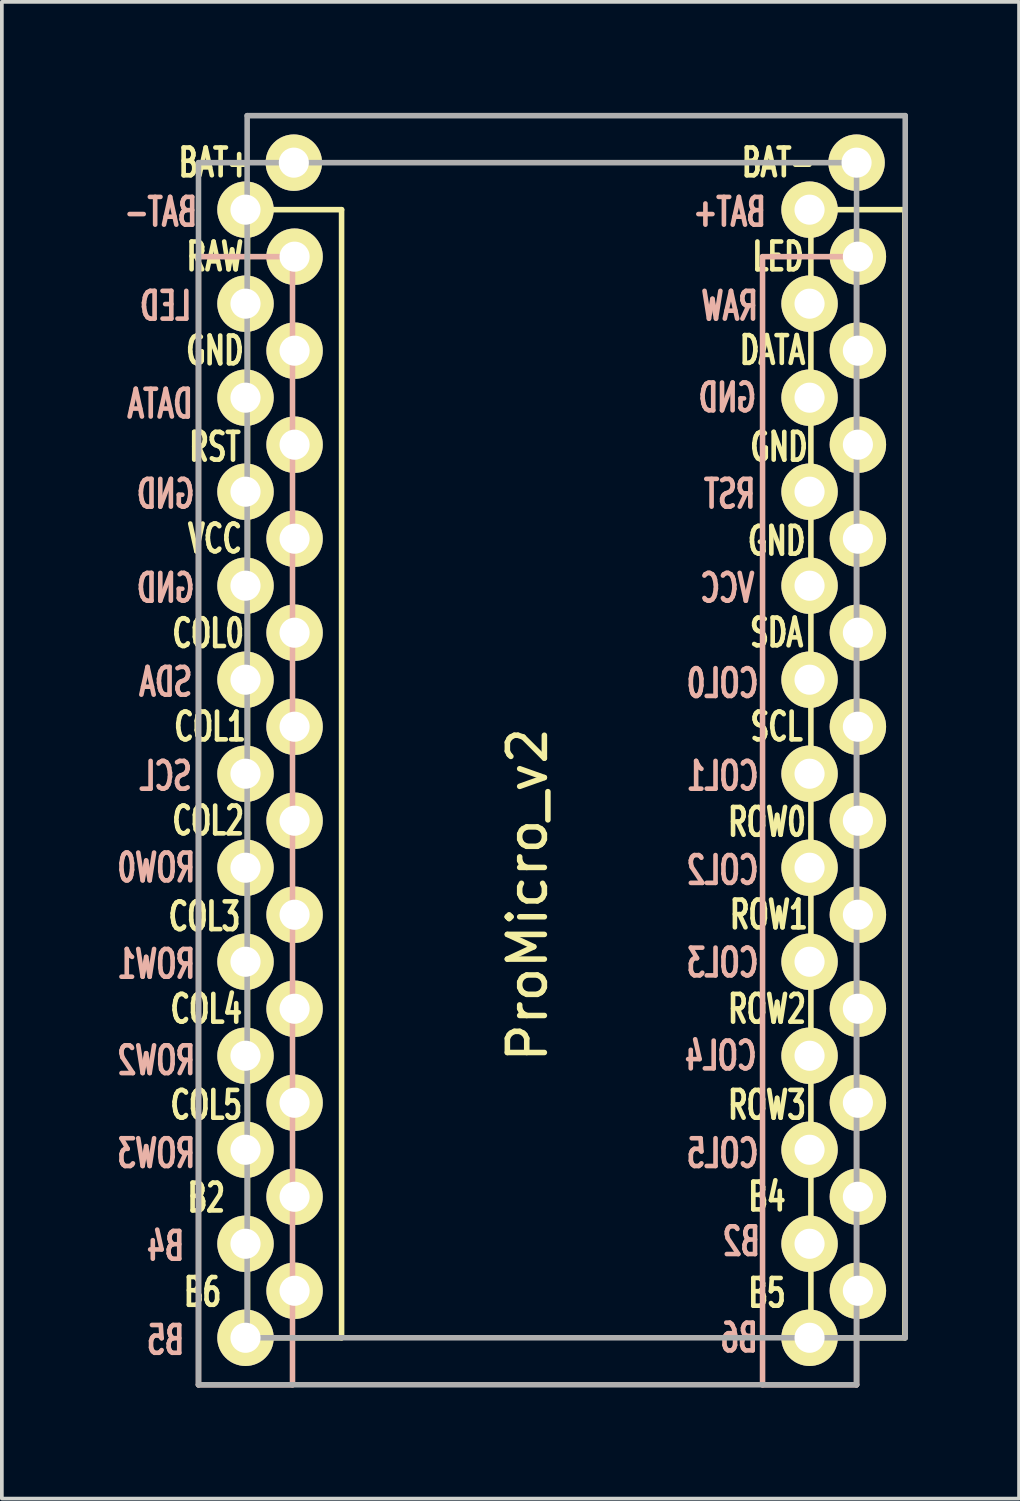
<source format=kicad_pcb>
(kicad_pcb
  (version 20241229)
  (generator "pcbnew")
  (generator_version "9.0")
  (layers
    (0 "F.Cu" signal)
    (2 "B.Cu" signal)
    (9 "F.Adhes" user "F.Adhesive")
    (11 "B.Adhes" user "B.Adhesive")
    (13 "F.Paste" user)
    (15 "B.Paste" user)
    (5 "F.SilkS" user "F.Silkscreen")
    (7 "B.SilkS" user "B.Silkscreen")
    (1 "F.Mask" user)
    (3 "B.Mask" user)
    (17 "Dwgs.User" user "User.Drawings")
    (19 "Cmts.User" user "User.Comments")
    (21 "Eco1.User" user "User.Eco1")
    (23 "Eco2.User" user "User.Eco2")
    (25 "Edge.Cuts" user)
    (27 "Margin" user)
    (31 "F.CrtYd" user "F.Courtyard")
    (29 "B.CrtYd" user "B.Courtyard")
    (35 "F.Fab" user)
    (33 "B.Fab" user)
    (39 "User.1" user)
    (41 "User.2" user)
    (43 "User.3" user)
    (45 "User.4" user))
  (footprint "ProMicro_v2"
    (layer "F.Cu")
    (at 12.473 18.363)
    (property "Reference" "ProMicro_v2" (at -1.27 2.762 270) (layer "F.SilkS") (effects (font (size 1 1) (thickness 0.15))))
    (attr through_hole)
    (fp_line (start -8.834 -15.748) (end -6.294 -15.748) (stroke (width 0.15) (type solid)) (layer "F.SilkS"))
    (fp_line (start -8.834 14.732) (end -8.834 -15.748) (stroke (width 0.15) (type solid)) (layer "F.SilkS"))
    (fp_line (start -6.294 -15.748) (end -6.294 14.732) (stroke (width 0.15) (type solid)) (layer "F.SilkS"))
    (fp_line (start -6.294 14.732) (end -8.834 14.732) (stroke (width 0.15) (type solid)) (layer "F.SilkS"))
    (fp_line (start 6.35 -15.748) (end 8.89 -15.748) (stroke (width 0.15) (type solid)) (layer "F.SilkS"))
    (fp_line (start 6.386 14.732) (end 6.386 -15.748) (stroke (width 0.15) (type solid)) (layer "F.SilkS"))
    (fp_line (start 8.926 -15.748) (end 8.926 14.732) (stroke (width 0.15) (type solid)) (layer "F.SilkS"))
    (fp_line (start 8.926 14.732) (end 6.386 14.732) (stroke (width 0.15) (type solid)) (layer "F.SilkS"))
    (fp_line (start -10.16 -14.478) (end -7.62 -14.478) (stroke (width 0.15) (type solid)) (layer "B.SilkS"))
    (fp_line (start -10.16 16.002) (end -10.16 -14.478) (stroke (width 0.15) (type solid)) (layer "B.SilkS"))
    (fp_line (start -7.62 -14.478) (end -7.62 16.002) (stroke (width 0.15) (type solid)) (layer "B.SilkS"))
    (fp_line (start -7.62 16.002) (end -10.16 16.002) (stroke (width 0.15) (type solid)) (layer "B.SilkS"))
    (fp_line (start 5.08 -14.478) (end 7.62 -14.478) (stroke (width 0.15) (type solid)) (layer "B.SilkS"))
    (fp_line (start 5.08 16.002) (end 5.08 -14.478) (stroke (width 0.15) (type solid)) (layer "B.SilkS"))
    (fp_line (start 7.62 -14.478) (end 7.62 16.002) (stroke (width 0.15) (type solid)) (layer "B.SilkS"))
    (fp_line (start 7.62 16.002) (end 5.08 16.002) (stroke (width 0.15) (type solid)) (layer "B.SilkS"))
    (fp_line (start -10.16 -17.018) (end 7.62 -17.018) (stroke (width 0.15) (type solid)) (layer "F.Fab"))
    (fp_line (start -10.16 16.002) (end -10.16 -17.018) (stroke (width 0.15) (type solid)) (layer "F.Fab"))
    (fp_line (start -8.845 -18.288) (end 8.935 -18.288) (stroke (width 0.15) (type solid)) (layer "F.Fab"))
    (fp_line (start -8.845 14.732) (end -8.845 -18.288) (stroke (width 0.15) (type solid)) (layer "F.Fab"))
    (fp_line (start 7.62 -17.018) (end 7.62 16.002) (stroke (width 0.15) (type solid)) (layer "F.Fab"))
    (fp_line (start 7.62 16.002) (end -10.16 16.002) (stroke (width 0.15) (type solid)) (layer "F.Fab"))
    (fp_line (start 8.935 -18.288) (end 8.935 14.732) (stroke (width 0.15) (type solid)) (layer "F.Fab"))
    (fp_line (start 8.935 14.732) (end -8.845 14.732) (stroke (width 0.15) (type solid)) (layer "F.Fab"))
    (fp_text user "" (at -0.5 -17.25 0) (layer "F.SilkS") (effects (font (size 1 1) (thickness 0.15))))
    (fp_text user "ROW3" (at 5.2 8.445 0) (layer "F.SilkS") (effects (font (size 0.75 0.5) (thickness 0.125))))
    (fp_text user "ROW2" (at 5.2 5.85 0) (layer "F.SilkS") (effects (font (size 0.75 0.5) (thickness 0.125))))
    (fp_text user "SCL" (at 5.461 -1.778 0) (layer "F.SilkS") (effects (font (size 0.75 0.5) (thickness 0.125))))
    (fp_text user "COL4" (at -9.95 5.85 0) (layer "F.SilkS") (effects (font (size 0.75 0.5) (thickness 0.125))))
    (fp_text user "LED" (at 5.5 -14.478 0) (layer "F.SilkS") (effects (font (size 0.75 0.5) (thickness 0.125))))
    (fp_text user "RAW" (at -9.716 -14.478 0) (layer "F.SilkS") (effects (font (size 0.75 0.5) (thickness 0.125))))
    (fp_text user "GND" (at 5.524 -9.335 0) (layer "F.SilkS") (effects (font (size 0.75 0.5) (thickness 0.125))))
    (fp_text user "COL0" (at -9.9 -4.3 0) (layer "F.SilkS") (effects (font (size 0.75 0.5) (thickness 0.125))))
    (fp_text user "RST" (at -9.716 -9.335 0) (layer "F.SilkS") (effects (font (size 0.75 0.5) (thickness 0.125))))
    (fp_text user "VCC" (at -9.716 -6.858 0) (layer "F.SilkS") (effects (font (size 0.75 0.5) (thickness 0.125))))
    (fp_text user "ROW1" (at 5.25 3.302 0) (layer "F.SilkS") (effects (font (size 0.75 0.5) (thickness 0.125))))
    (fp_text user "COL1" (at -9.85 -1.778 0) (layer "F.SilkS") (effects (font (size 0.75 0.5) (thickness 0.125))))
    (fp_text user "B4" (at 5.2 10.922 0) (layer "F.SilkS") (effects (font (size 0.75 0.5) (thickness 0.125))))
    (fp_text user "ROW0" (at 5.2 0.8 0) (layer "F.SilkS") (effects (font (size 0.75 0.5) (thickness 0.125))))
    (fp_text user "SDA" (at 5.461 -4.318 0) (layer "F.SilkS") (effects (font (size 0.75 0.5) (thickness 0.125))))
    (fp_text user "B6" (at -10.05 13.5 0) (layer "F.SilkS") (effects (font (size 0.75 0.5) (thickness 0.125))))
    (fp_text user "COL5" (at -9.95 8.445 0) (layer "F.SilkS") (effects (font (size 0.75 0.5) (thickness 0.125))))
    (fp_text user "COL3" (at -10 3.35 0) (layer "F.SilkS") (effects (font (size 0.75 0.5) (thickness 0.125))))
    (fp_text user "COL2" (at -9.9 0.762 0) (layer "F.SilkS") (effects (font (size 0.75 0.5) (thickness 0.125))))
    (fp_text user "BAT-" (at 5.5 -17.018 0) (layer "F.SilkS") (effects (font (size 0.75 0.5) (thickness 0.125))))
    (fp_text user "B5" (at 5.2 13.525 0) (layer "F.SilkS") (effects (font (size 0.75 0.5) (thickness 0.125))))
    (fp_text user "GND" (at -9.716 -11.938 0) (layer "F.SilkS") (effects (font (size 0.75 0.5) (thickness 0.125))))
    (fp_text user "B2" (at -9.95 10.95 0) (layer "F.SilkS") (effects (font (size 0.75 0.5) (thickness 0.125))))
    (fp_text user "GND" (at 5.461 -6.795 0) (layer "F.SilkS") (effects (font (size 0.75 0.5) (thickness 0.125))))
    (fp_text user "DATA" (at 5.35 -11.95 0) (layer "F.SilkS") (effects (font (size 0.75 0.5) (thickness 0.125))))
    (fp_text user "BAT+" (at -9.716 -17.018 0) (layer "F.SilkS") (effects (font (size 0.75 0.5) (thickness 0.125))))
    (fp_text user "DATA" (at -11.2 -10.5 0) (layer "B.SilkS") (effects (font (size 0.75 0.5) (thickness 0.125)) (justify mirror)))
    (fp_text user "COL0" (at 4 -2.95 0) (layer "B.SilkS") (effects (font (size 0.75 0.5) (thickness 0.125)) (justify mirror)))
    (fp_text user "COL3" (at 4 4.6 0) (layer "B.SilkS") (effects (font (size 0.75 0.5) (thickness 0.125)) (justify mirror)))
    (fp_text user "SDA" (at -11.049 -2.985 0) (layer "B.SilkS") (effects (font (size 0.75 0.5) (thickness 0.125)) (justify mirror)))
    (fp_text user "COL4" (at 3.95 7.112 0) (layer "B.SilkS") (effects (font (size 0.75 0.5) (thickness 0.125)) (justify mirror)))
    (fp_text user "LED" (at -11.049 -13.145 0) (layer "B.SilkS") (effects (font (size 0.75 0.5) (thickness 0.125)) (justify mirror)))
    (fp_text user "SCL" (at -11.049 -0.445 0) (layer "B.SilkS") (effects (font (size 0.75 0.5) (thickness 0.125)) (justify mirror)))
    (fp_text user "GND" (at -11.049 -5.524 0) (layer "B.SilkS") (effects (font (size 0.75 0.5) (thickness 0.125)) (justify mirror)))
    (fp_text user "ROW2" (at -11.3 7.239 0) (layer "B.SilkS") (effects (font (size 0.75 0.5) (thickness 0.125)) (justify mirror)))
    (fp_text user "BAT-" (at -11.176 -15.684 0) (layer "B.SilkS") (effects (font (size 0.75 0.5) (thickness 0.125)) (justify mirror)))
    (fp_text user "BAT+" (at 4.191 -15.684 0) (layer "B.SilkS") (effects (font (size 0.75 0.5) (thickness 0.125)) (justify mirror)))
    (fp_text user "ROW1" (at -11.3 4.636 0) (layer "B.SilkS") (effects (font (size 0.75 0.5) (thickness 0.125)) (justify mirror)))
    (fp_text user "" (at -1.206 -16.256 0) (layer "B.SilkS") (effects (font (size 1 1) (thickness 0.15)) (justify mirror)))
    (fp_text user "B4" (at -11.049 12.255 0) (layer "B.SilkS") (effects (font (size 0.75 0.5) (thickness 0.125)) (justify mirror)))
    (fp_text user "COL1" (at 4 -0.445 0) (layer "B.SilkS") (effects (font (size 0.75 0.5) (thickness 0.125)) (justify mirror)))
    (fp_text user "GND" (at -11.049 -8.065 0) (layer "B.SilkS") (effects (font (size 0.75 0.5) (thickness 0.125)) (justify mirror)))
    (fp_text user "ROW3" (at -11.3 9.75 0) (layer "B.SilkS") (effects (font (size 0.75 0.5) (thickness 0.125)) (justify mirror)))
    (fp_text user "B5" (at -11.049 14.796 0) (layer "B.SilkS") (effects (font (size 0.75 0.5) (thickness 0.125)) (justify mirror)))
    (fp_text user "GND" (at 4.128 -10.668 0) (layer "B.SilkS") (effects (font (size 0.75 0.5) (thickness 0.125)) (justify mirror)))
    (fp_text user "COL2" (at 4 2.1 0) (layer "B.SilkS") (effects (font (size 0.75 0.5) (thickness 0.125)) (justify mirror)))
    (fp_text user "ROW0" (at -11.3 2.032 0) (layer "B.SilkS") (effects (font (size 0.75 0.5) (thickness 0.125)) (justify mirror)))
    (fp_text user "B2" (at 4.508 12.129 0) (layer "B.SilkS") (effects (font (size 0.75 0.5) (thickness 0.125)) (justify mirror)))
    (fp_text user "RAW" (at 4.191 -13.145 0) (layer "B.SilkS") (effects (font (size 0.75 0.5) (thickness 0.125)) (justify mirror)))
    (fp_text user "VCC" (at 4.128 -5.524 0) (layer "B.SilkS") (effects (font (size 0.75 0.5) (thickness 0.125)) (justify mirror)))
    (fp_text user "B6" (at 4.445 14.732 0) (layer "B.SilkS") (effects (font (size 0.75 0.5) (thickness 0.125)) (justify mirror)))
    (fp_text user "RST" (at 4.191 -8.065 0) (layer "B.SilkS") (effects (font (size 0.75 0.5) (thickness 0.125)) (justify mirror)))
    (fp_text user "COL5" (at 4 9.75 0) (layer "B.SilkS") (effects (font (size 0.75 0.5) (thickness 0.125)) (justify mirror)))
    (pad "1" thru_hole circle (at -8.89 -13.208) (size 1.524 1.524) (drill 0.813) (layers "*.Cu" "*.Mask" "F.SilkS"))
    (pad "1" thru_hole circle (at 7.656 -14.478) (size 1.524 1.524) (drill 0.813) (layers "*.Cu" "*.Mask" "F.SilkS"))
    (pad "2" thru_hole circle (at -8.89 -10.668) (size 1.524 1.524) (drill 0.813) (layers "*.Cu" "*.Mask" "F.SilkS"))
    (pad "2" thru_hole circle (at 7.656 -11.938) (size 1.524 1.524) (drill 0.813) (layers "*.Cu" "*.Mask" "F.SilkS"))
    (pad "3" thru_hole circle (at -8.89 -8.128) (size 1.524 1.524) (drill 0.813) (layers "*.Cu" "*.Mask" "F.SilkS"))
    (pad "3" thru_hole circle (at 7.656 -9.398) (size 1.524 1.524) (drill 0.813) (layers "*.Cu" "*.Mask" "F.SilkS"))
    (pad "4" thru_hole circle (at -8.89 -5.588) (size 1.524 1.524) (drill 0.813) (layers "*.Cu" "*.Mask" "F.SilkS"))
    (pad "4" thru_hole circle (at 7.656 -6.858) (size 1.524 1.524) (drill 0.813) (layers "*.Cu" "*.Mask" "F.SilkS"))
    (pad "5" thru_hole circle (at -8.89 -3.048) (size 1.524 1.524) (drill 0.813) (layers "*.Cu" "*.Mask" "F.SilkS"))
    (pad "5" thru_hole circle (at 7.656 -4.318) (size 1.524 1.524) (drill 0.813) (layers "*.Cu" "*.Mask" "F.SilkS"))
    (pad "6" thru_hole circle (at -8.89 -0.508) (size 1.524 1.524) (drill 0.813) (layers "*.Cu" "*.Mask" "F.SilkS"))
    (pad "6" thru_hole circle (at 7.656 -1.778) (size 1.524 1.524) (drill 0.813) (layers "*.Cu" "*.Mask" "F.SilkS"))
    (pad "7" thru_hole circle (at -8.89 2.032) (size 1.524 1.524) (drill 0.813) (layers "*.Cu" "*.Mask" "F.SilkS"))
    (pad "7" thru_hole circle (at 7.656 0.762) (size 1.524 1.524) (drill 0.813) (layers "*.Cu" "*.Mask" "F.SilkS"))
    (pad "8" thru_hole circle (at -8.89 4.572) (size 1.524 1.524) (drill 0.813) (layers "*.Cu" "*.Mask" "F.SilkS"))
    (pad "8" thru_hole circle (at 7.656 3.302) (size 1.524 1.524) (drill 0.813) (layers "*.Cu" "*.Mask" "F.SilkS"))
    (pad "9" thru_hole circle (at -8.89 7.112) (size 1.524 1.524) (drill 0.813) (layers "*.Cu" "*.Mask" "F.SilkS"))
    (pad "9" thru_hole circle (at 7.656 5.842) (size 1.524 1.524) (drill 0.813) (layers "*.Cu" "*.Mask" "F.SilkS"))
    (pad "10" thru_hole circle (at -8.89 9.652) (size 1.524 1.524) (drill 0.813) (layers "*.Cu" "*.Mask" "F.SilkS"))
    (pad "10" thru_hole circle (at 7.656 8.382) (size 1.524 1.524) (drill 0.813) (layers "*.Cu" "*.Mask" "F.SilkS"))
    (pad "11" thru_hole circle (at -8.89 12.192) (size 1.524 1.524) (drill 0.813) (layers "*.Cu" "*.Mask" "F.SilkS"))
    (pad "11" thru_hole circle (at 7.656 10.922) (size 1.524 1.524) (drill 0.813) (layers "*.Cu" "*.Mask" "F.SilkS"))
    (pad "12" thru_hole circle (at -8.89 14.732) (size 1.524 1.524) (drill 0.813) (layers "*.Cu" "*.Mask" "F.SilkS"))
    (pad "12" thru_hole circle (at 7.656 13.462) (size 1.524 1.524) (drill 0.813) (layers "*.Cu" "*.Mask" "F.SilkS"))
    (pad "13" thru_hole circle (at -7.564 13.462) (size 1.524 1.524) (drill 0.813) (layers "*.Cu" "*.Mask" "F.SilkS"))
    (pad "13" thru_hole circle (at 6.35 14.732) (size 1.524 1.524) (drill 0.813) (layers "*.Cu" "*.Mask" "F.SilkS"))
    (pad "14" thru_hole circle (at -7.564 10.922) (size 1.524 1.524) (drill 0.813) (layers "*.Cu" "*.Mask" "F.SilkS"))
    (pad "14" thru_hole circle (at 6.35 12.192) (size 1.524 1.524) (drill 0.813) (layers "*.Cu" "*.Mask" "F.SilkS"))
    (pad "15" thru_hole circle (at -7.564 8.382) (size 1.524 1.524) (drill 0.813) (layers "*.Cu" "*.Mask" "F.SilkS"))
    (pad "15" thru_hole circle (at 6.35 9.652) (size 1.524 1.524) (drill 0.813) (layers "*.Cu" "*.Mask" "F.SilkS"))
    (pad "16" thru_hole circle (at -7.564 5.842) (size 1.524 1.524) (drill 0.813) (layers "*.Cu" "*.Mask" "F.SilkS"))
    (pad "16" thru_hole circle (at 6.35 7.112) (size 1.524 1.524) (drill 0.813) (layers "*.Cu" "*.Mask" "F.SilkS"))
    (pad "17" thru_hole circle (at -7.564 3.302) (size 1.524 1.524) (drill 0.813) (layers "*.Cu" "*.Mask" "F.SilkS"))
    (pad "17" thru_hole circle (at 6.35 4.572) (size 1.524 1.524) (drill 0.813) (layers "*.Cu" "*.Mask" "F.SilkS"))
    (pad "18" thru_hole circle (at -7.564 0.762) (size 1.524 1.524) (drill 0.813) (layers "*.Cu" "*.Mask" "F.SilkS"))
    (pad "18" thru_hole circle (at 6.35 2.032) (size 1.524 1.524) (drill 0.813) (layers "*.Cu" "*.Mask" "F.SilkS"))
    (pad "19" thru_hole circle (at -7.564 -1.778) (size 1.524 1.524) (drill 0.813) (layers "*.Cu" "*.Mask" "F.SilkS"))
    (pad "19" thru_hole circle (at 6.35 -0.508) (size 1.524 1.524) (drill 0.813) (layers "*.Cu" "*.Mask" "F.SilkS"))
    (pad "20" thru_hole circle (at -7.564 -4.318) (size 1.524 1.524) (drill 0.813) (layers "*.Cu" "*.Mask" "F.SilkS"))
    (pad "20" thru_hole circle (at 6.35 -3.048) (size 1.524 1.524) (drill 0.813) (layers "*.Cu" "*.Mask" "F.SilkS"))
    (pad "21" thru_hole circle (at -7.564 -6.858) (size 1.524 1.524) (drill 0.813) (layers "*.Cu" "*.Mask" "F.SilkS"))
    (pad "21" thru_hole circle (at 6.35 -5.588) (size 1.524 1.524) (drill 0.813) (layers "*.Cu" "*.Mask" "F.SilkS"))
    (pad "22" thru_hole circle (at -7.564 -9.398) (size 1.524 1.524) (drill 0.813) (layers "*.Cu" "*.Mask" "F.SilkS"))
    (pad "22" thru_hole circle (at 6.35 -8.128) (size 1.524 1.524) (drill 0.813) (layers "*.Cu" "*.Mask" "F.SilkS"))
    (pad "23" thru_hole circle (at -7.564 -11.938) (size 1.524 1.524) (drill 0.813) (layers "*.Cu" "*.Mask" "F.SilkS"))
    (pad "23" thru_hole circle (at 6.35 -10.668) (size 1.524 1.524) (drill 0.813) (layers "*.Cu" "*.Mask" "F.SilkS"))
    (pad "24" thru_hole circle (at -7.564 -14.478) (size 1.524 1.524) (drill 0.813) (layers "*.Cu" "*.Mask" "F.SilkS"))
    (pad "24" thru_hole circle (at 6.35 -13.208) (size 1.524 1.524) (drill 0.813) (layers "*.Cu" "*.Mask" "F.SilkS"))
    (pad "25" thru_hole circle (at -7.584 -17.018) (size 1.524 1.524) (drill 0.813) (layers "*.Cu" "*.Mask" "F.SilkS"))
    (pad "25" thru_hole circle (at 6.35 -15.748) (size 1.524 1.524) (drill 0.813) (layers "*.Cu" "*.Mask" "F.SilkS"))
    (pad "26" thru_hole circle (at -8.89 -15.748) (size 1.524 1.524) (drill 0.813) (layers "*.Cu" "*.Mask" "F.SilkS"))
    (pad "26" thru_hole circle (at 7.62 -17.018) (size 1.524 1.524) (drill 0.813) (layers "*.Cu" "*.Mask" "F.SilkS")))
  (gr_rect
    (start -3 -3)
    (end 24.483 37.44)
    (stroke (width 0.1) (type default))
    (fill no)
    (layer "Edge.Cuts")))
</source>
